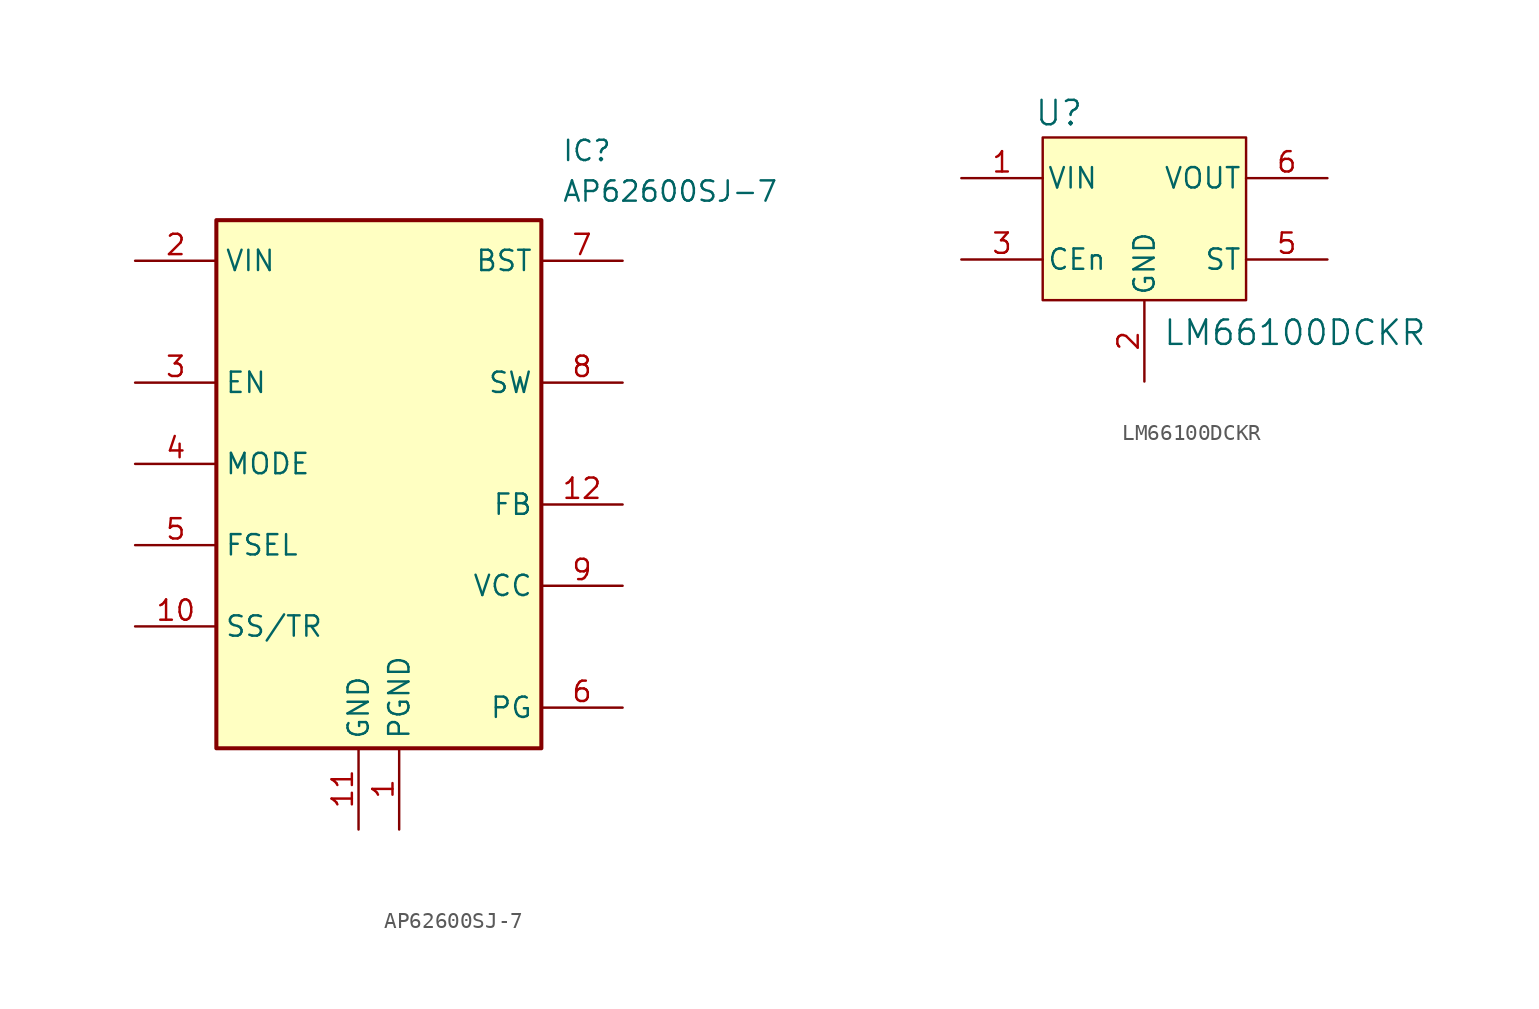
<source format=kicad_sym>
(kicad_symbol_lib
  (version 20241209)
  (generator "kicad_symbol_editor")
  (generator_version "9.0")
  (symbol "AP62600SJ-7"
    (property "Reference" "IC"
      (at 26.67 7.62 0)
      (effects (font (size 1.27 1.27)) (justify left top)))
    (property "Value" "AP62600SJ-7"
      (at 26.67 5.08 0)
      (effects (font (size 1.27 1.27)) (justify left top)))
    (symbol "AP62600SJ-7_1_1"
      (rectangle (start 5.08 2.54) (end 25.4 -30.48) (stroke (width 0.254) (type default)) (fill (type background)))
      (pin passive line (at 0 0 0) (length 5.08) (name "VIN" (effects (font (size 1.27 1.27)))) (number "2" (effects (font (size 1.27 1.27)))))
      (pin passive line (at 0 -7.62 0) (length 5.08) (name "EN" (effects (font (size 1.27 1.27)))) (number "3" (effects (font (size 1.27 1.27)))))
      (pin passive line (at 0 -12.7 0) (length 5.08) (name "MODE" (effects (font (size 1.27 1.27)))) (number "4" (effects (font (size 1.27 1.27)))))
      (pin passive line (at 0 -17.78 0) (length 5.08) (name "FSEL" (effects (font (size 1.27 1.27)))) (number "5" (effects (font (size 1.27 1.27)))))
      (pin passive line (at 0 -22.86 0) (length 5.08) (name "SS/TR" (effects (font (size 1.27 1.27)))) (number "10" (effects (font (size 1.27 1.27)))))
      (pin passive line (at 13.97 -35.56 90) (length 5.08) (name "GND" (effects (font (size 1.27 1.27)))) (number "11" (effects (font (size 1.27 1.27)))))
      (pin passive line (at 16.51 -35.56 90) (length 5.08) (name "PGND" (effects (font (size 1.27 1.27)))) (number "1" (effects (font (size 1.27 1.27)))))
      (pin passive line (at 30.48 0 180) (length 5.08) (name "BST" (effects (font (size 1.27 1.27)))) (number "7" (effects (font (size 1.27 1.27)))))
      (pin passive line (at 30.48 -7.62 180) (length 5.08) (name "SW" (effects (font (size 1.27 1.27)))) (number "8" (effects (font (size 1.27 1.27)))))
      (pin passive line (at 30.48 -15.24 180) (length 5.08) (name "FB" (effects (font (size 1.27 1.27)))) (number "12" (effects (font (size 1.27 1.27)))))
      (pin passive line (at 30.48 -20.32 180) (length 5.08) (name "VCC" (effects (font (size 1.27 1.27)))) (number "9" (effects (font (size 1.27 1.27)))))
      (pin passive line (at 30.48 -27.94 180) (length 5.08) (name "PG" (effects (font (size 1.27 1.27)))) (number "6" (effects (font (size 1.27 1.27)))))))
  (symbol "LM66100DCKR"
    (pin_names
      (offset 0.254))
    (property "Reference" "U"
      (at -5.334 6.604 0)
      (effects (font (size 1.524 1.524))))
    (property "Value" "LM66100DCKR"
      (at 9.398 -7.112 0)
      (effects (font (size 1.524 1.524))))
    (symbol "LM66100DCKR_0_1"
      (pin input line (at -11.43 2.54 0) (length 5.08) (name "VIN" (effects (font (size 1.27 1.27)))) (number "1" (effects (font (size 1.27 1.27)))))
      (pin power_in line (at 0 -10.16 90) (length 5.08) (name "GND" (effects (font (size 1.27 1.27)))) (number "2" (effects (font (size 1.27 1.27)))))
      (pin output line (at 11.43 2.54 180) (length 5.08) (name "VOUT" (effects (font (size 1.27 1.27)))) (number "6" (effects (font (size 1.27 1.27)))))
      (pin no_connect line (at 11.43 0 180) (length 5.08) (hide yes) (name "NC" (effects (font (size 1.27 1.27)))) (number "4" (effects (font (size 1.27 1.27)))))
      (pin output line (at 11.43 -2.54 180) (length 5.08) (name "ST" (effects (font (size 1.27 1.27)))) (number "5" (effects (font (size 1.27 1.27))))))
    (symbol "LM66100DCKR_1_1"
      (rectangle (start -6.35 5.08) (end 6.35 -5.08) (stroke (width 0) (type default)) (fill (type background)))
      (pin input line (at -11.43 -2.54 0) (length 5.08) (name "CEn" (effects (font (size 1.27 1.27)))) (number "3" (effects (font (size 1.27 1.27))))))))
</source>
